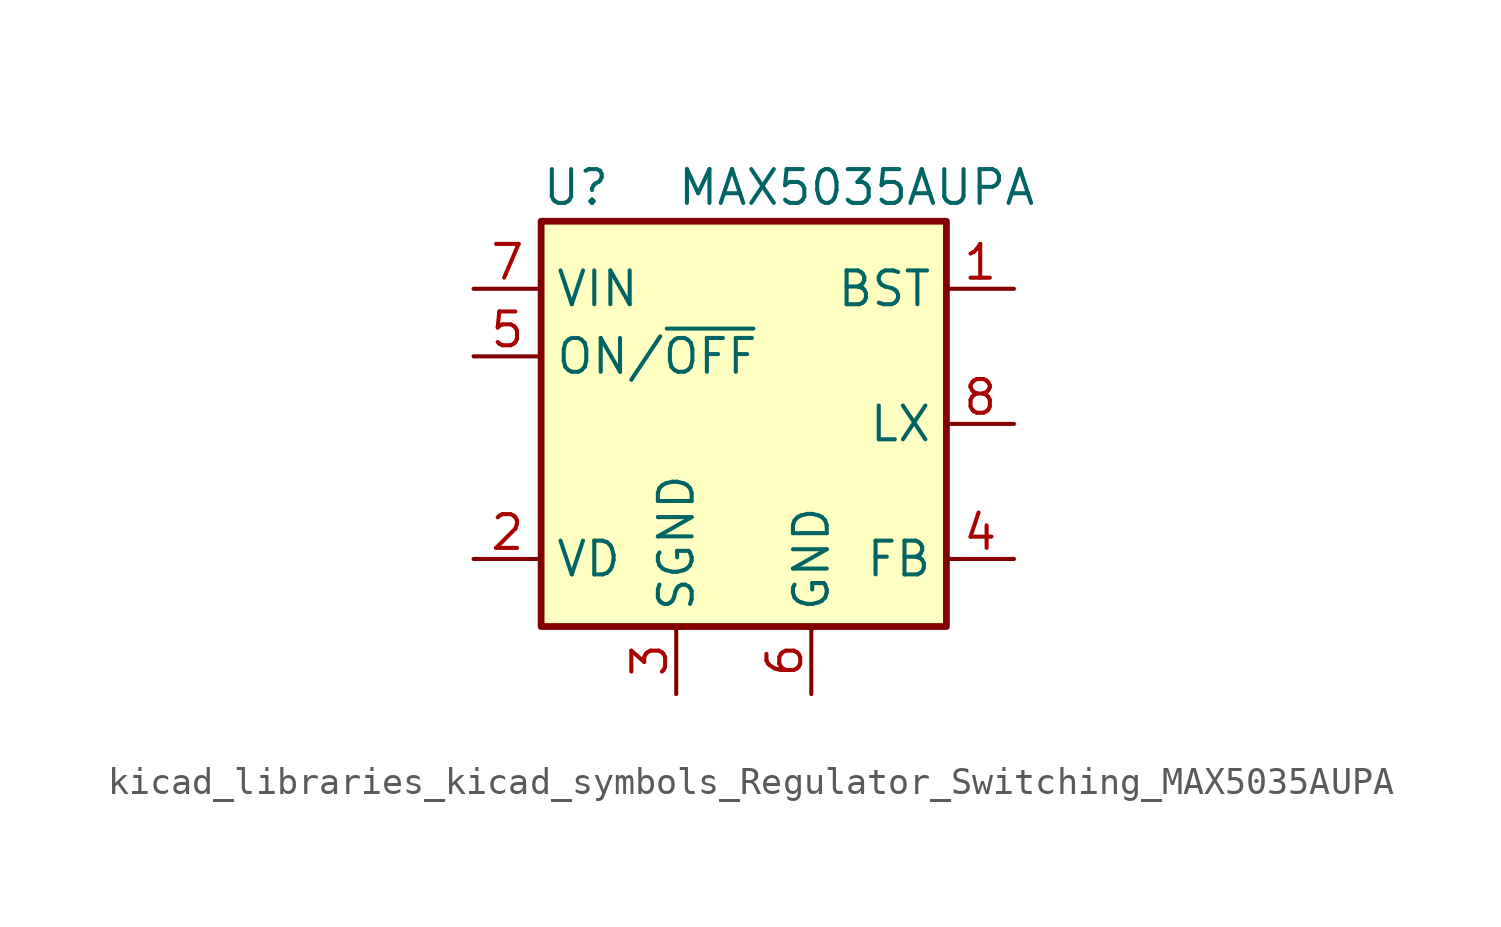
<source format=kicad_sym>
(kicad_symbol_lib
  (version 20220914)
  (generator kicad_symbol_editor)
  (symbol "kicad_libraries_kicad_symbols_Regulator_Switching_MAX5035AUPA"
    (property "Reference" "U"
      (at -7.62 8.89 0)
      (effects (font (size 1.27 1.27)) (justify left)))
    (property "Value" "MAX5035AUPA"
      (at -2.54 8.89 0)
      (effects (font (size 1.27 1.27)) (justify left)))
    (symbol "kicad_libraries_kicad_symbols_Regulator_Switching_MAX5035AUPA_0_1"
      (rectangle (start -7.62 7.62) (end 7.62 -7.62) (stroke (width 0.254) (type default)) (fill (type background))))
    (symbol "kicad_libraries_kicad_symbols_Regulator_Switching_MAX5035AUPA_1_1"
      (pin passive line (at 10.16 5.08 180) (length 2.54) (name "BST" (effects (font (size 1.27 1.27)))) (number "1" (effects (font (size 1.27 1.27)))))
      (pin passive line (at -10.16 -5.08 0) (length 2.54) (name "VD" (effects (font (size 1.27 1.27)))) (number "2" (effects (font (size 1.27 1.27)))))
      (pin power_in line (at -2.54 -10.16 90) (length 2.54) (name "SGND" (effects (font (size 1.27 1.27)))) (number "3" (effects (font (size 1.27 1.27)))))
      (pin input line (at 10.16 -5.08 180) (length 2.54) (name "FB" (effects (font (size 1.27 1.27)))) (number "4" (effects (font (size 1.27 1.27)))))
      (pin input line (at -10.16 2.54 0) (length 2.54) (name "ON/~{OFF}" (effects (font (size 1.27 1.27)))) (number "5" (effects (font (size 1.27 1.27)))))
      (pin power_in line (at 2.54 -10.16 90) (length 2.54) (name "GND" (effects (font (size 1.27 1.27)))) (number "6" (effects (font (size 1.27 1.27)))))
      (pin power_in line (at -10.16 5.08 0) (length 2.54) (name "VIN" (effects (font (size 1.27 1.27)))) (number "7" (effects (font (size 1.27 1.27)))))
      (pin output line (at 10.16 0 180) (length 2.54) (name "LX" (effects (font (size 1.27 1.27)))) (number "8" (effects (font (size 1.27 1.27))))))))
</source>
